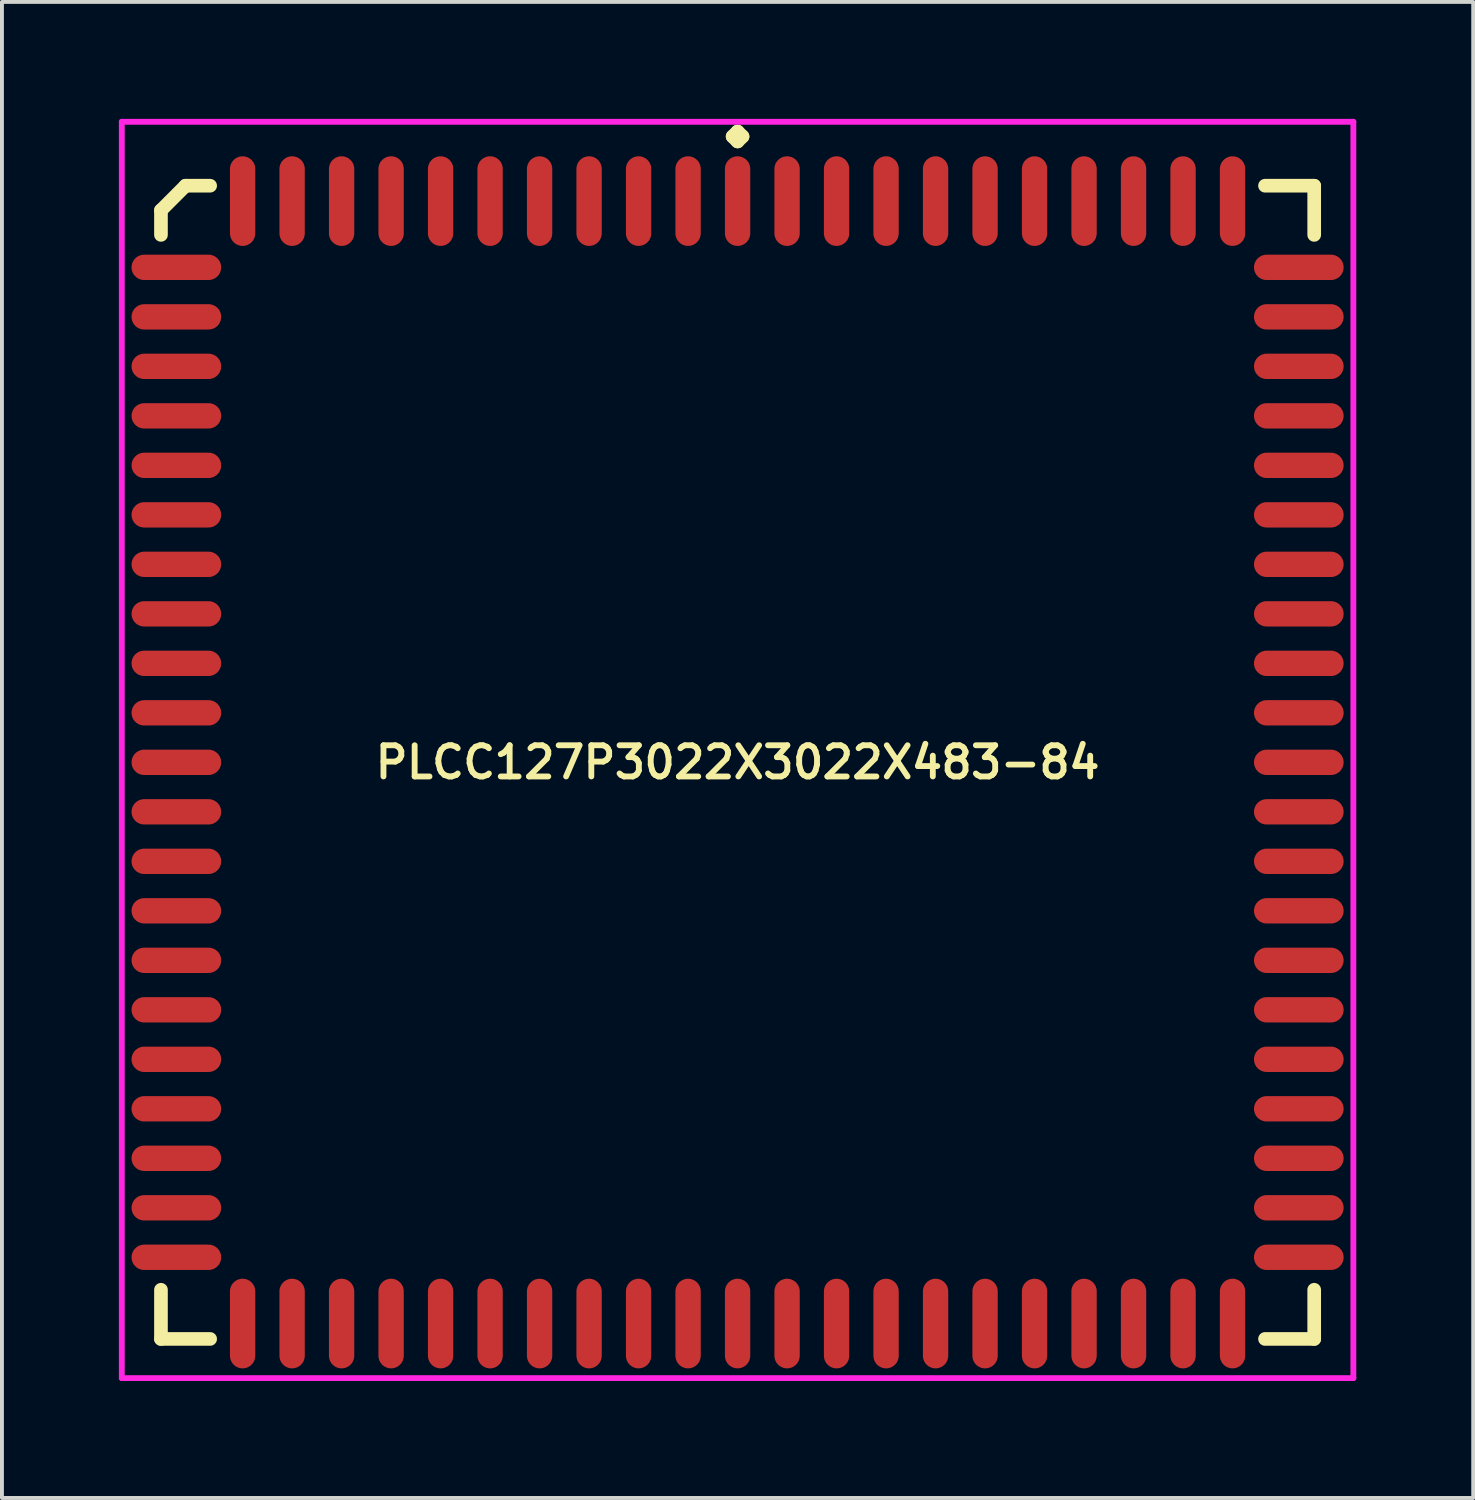
<source format=kicad_pcb>
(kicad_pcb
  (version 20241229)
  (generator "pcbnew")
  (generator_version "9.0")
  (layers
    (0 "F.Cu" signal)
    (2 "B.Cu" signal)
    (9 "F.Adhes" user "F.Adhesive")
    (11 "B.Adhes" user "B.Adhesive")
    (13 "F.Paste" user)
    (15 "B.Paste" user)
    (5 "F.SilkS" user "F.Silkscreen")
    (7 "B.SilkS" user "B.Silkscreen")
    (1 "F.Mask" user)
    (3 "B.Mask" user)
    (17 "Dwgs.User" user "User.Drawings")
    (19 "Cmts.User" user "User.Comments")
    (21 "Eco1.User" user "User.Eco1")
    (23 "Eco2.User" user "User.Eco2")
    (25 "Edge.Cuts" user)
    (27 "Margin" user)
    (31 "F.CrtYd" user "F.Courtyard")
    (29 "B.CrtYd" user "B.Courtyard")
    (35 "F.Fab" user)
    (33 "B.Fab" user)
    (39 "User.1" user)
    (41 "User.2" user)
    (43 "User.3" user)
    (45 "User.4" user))
  (footprint "PLCC127P3022X3022X483-84"
    (layer "F.Cu")
    (at 15.875 16.51)
    (property "Reference" "PLCC127P3022X3022X483-84" (at 0 0 0) (layer "F.SilkS") (effects (font (size 0.8 0.8) (thickness 0.15))))
    (attr smd)
    (fp_line (start -14.795 -14.164) (end -14.164 -14.795) (stroke (width 0.35) (type solid)) (layer "F.SilkS"))
    (fp_line (start -14.795 -13.533) (end -14.795 -14.164) (stroke (width 0.35) (type solid)) (layer "F.SilkS"))
    (fp_line (start -14.795 13.533) (end -14.795 14.795) (stroke (width 0.35) (type solid)) (layer "F.SilkS"))
    (fp_line (start -14.795 14.795) (end -13.533 14.795) (stroke (width 0.35) (type solid)) (layer "F.SilkS"))
    (fp_line (start -14.164 -14.795) (end -13.533 -14.795) (stroke (width 0.35) (type solid)) (layer "F.SilkS"))
    (fp_line (start -0.127 -16.058) (end 0 -16.185) (stroke (width 0.35) (type solid)) (layer "F.SilkS"))
    (fp_line (start 0 -16.185) (end 0.127 -16.058) (stroke (width 0.35) (type solid)) (layer "F.SilkS"))
    (fp_line (start 0 -15.931) (end -0.127 -16.058) (stroke (width 0.35) (type solid)) (layer "F.SilkS"))
    (fp_line (start 0.127 -16.058) (end 0 -15.931) (stroke (width 0.35) (type solid)) (layer "F.SilkS"))
    (fp_line (start 14.795 -14.795) (end 13.533 -14.795) (stroke (width 0.35) (type solid)) (layer "F.SilkS"))
    (fp_line (start 14.795 -13.533) (end 14.795 -14.795) (stroke (width 0.35) (type solid)) (layer "F.SilkS"))
    (fp_line (start 14.795 13.533) (end 14.795 14.795) (stroke (width 0.35) (type solid)) (layer "F.SilkS"))
    (fp_line (start 14.795 14.795) (end 13.533 14.795) (stroke (width 0.35) (type solid)) (layer "F.SilkS"))
    (fp_line (start -15.8 -16.435) (end 15.8 -16.435) (stroke (width 0.15) (type solid)) (layer "F.CrtYd"))
    (fp_line (start -15.8 15.8) (end -15.8 -16.435) (stroke (width 0.15) (type solid)) (layer "F.CrtYd"))
    (fp_line (start 15.8 -16.435) (end 15.8 15.8) (stroke (width 0.15) (type solid)) (layer "F.CrtYd"))
    (fp_line (start 15.8 15.8) (end -15.8 15.8) (stroke (width 0.15) (type solid)) (layer "F.CrtYd"))
    (pad "1" smd oval (at 0 -14.4) (size 0.65 2.3) (layers "F.Cu" "F.Mask" "F.Paste"))
    (pad "2" smd oval (at -1.27 -14.4) (size 0.65 2.3) (layers "F.Cu" "F.Mask" "F.Paste"))
    (pad "3" smd oval (at -2.54 -14.4) (size 0.65 2.3) (layers "F.Cu" "F.Mask" "F.Paste"))
    (pad "4" smd oval (at -3.81 -14.4) (size 0.65 2.3) (layers "F.Cu" "F.Mask" "F.Paste"))
    (pad "5" smd oval (at -5.08 -14.4) (size 0.65 2.3) (layers "F.Cu" "F.Mask" "F.Paste"))
    (pad "6" smd oval (at -6.35 -14.4) (size 0.65 2.3) (layers "F.Cu" "F.Mask" "F.Paste"))
    (pad "7" smd oval (at -7.62 -14.4) (size 0.65 2.3) (layers "F.Cu" "F.Mask" "F.Paste"))
    (pad "8" smd oval (at -8.89 -14.4) (size 0.65 2.3) (layers "F.Cu" "F.Mask" "F.Paste"))
    (pad "9" smd oval (at -10.16 -14.4) (size 0.65 2.3) (layers "F.Cu" "F.Mask" "F.Paste"))
    (pad "10" smd oval (at -11.43 -14.4) (size 0.65 2.3) (layers "F.Cu" "F.Mask" "F.Paste"))
    (pad "11" smd oval (at -12.7 -14.4) (size 0.65 2.3) (layers "F.Cu" "F.Mask" "F.Paste"))
    (pad "12" smd oval (at -14.4 -12.7) (size 2.3 0.65) (layers "F.Cu" "F.Mask" "F.Paste"))
    (pad "13" smd oval (at -14.4 -11.43) (size 2.3 0.65) (layers "F.Cu" "F.Mask" "F.Paste"))
    (pad "14" smd oval (at -14.4 -10.16) (size 2.3 0.65) (layers "F.Cu" "F.Mask" "F.Paste"))
    (pad "15" smd oval (at -14.4 -8.89) (size 2.3 0.65) (layers "F.Cu" "F.Mask" "F.Paste"))
    (pad "16" smd oval (at -14.4 -7.62) (size 2.3 0.65) (layers "F.Cu" "F.Mask" "F.Paste"))
    (pad "17" smd oval (at -14.4 -6.35) (size 2.3 0.65) (layers "F.Cu" "F.Mask" "F.Paste"))
    (pad "18" smd oval (at -14.4 -5.08) (size 2.3 0.65) (layers "F.Cu" "F.Mask" "F.Paste"))
    (pad "19" smd oval (at -14.4 -3.81) (size 2.3 0.65) (layers "F.Cu" "F.Mask" "F.Paste"))
    (pad "20" smd oval (at -14.4 -2.54) (size 2.3 0.65) (layers "F.Cu" "F.Mask" "F.Paste"))
    (pad "21" smd oval (at -14.4 -1.27) (size 2.3 0.65) (layers "F.Cu" "F.Mask" "F.Paste"))
    (pad "22" smd oval (at -14.4 0) (size 2.3 0.65) (layers "F.Cu" "F.Mask" "F.Paste"))
    (pad "23" smd oval (at -14.4 1.27) (size 2.3 0.65) (layers "F.Cu" "F.Mask" "F.Paste"))
    (pad "24" smd oval (at -14.4 2.54) (size 2.3 0.65) (layers "F.Cu" "F.Mask" "F.Paste"))
    (pad "25" smd oval (at -14.4 3.81) (size 2.3 0.65) (layers "F.Cu" "F.Mask" "F.Paste"))
    (pad "26" smd oval (at -14.4 5.08) (size 2.3 0.65) (layers "F.Cu" "F.Mask" "F.Paste"))
    (pad "27" smd oval (at -14.4 6.35) (size 2.3 0.65) (layers "F.Cu" "F.Mask" "F.Paste"))
    (pad "28" smd oval (at -14.4 7.62) (size 2.3 0.65) (layers "F.Cu" "F.Mask" "F.Paste"))
    (pad "29" smd oval (at -14.4 8.89) (size 2.3 0.65) (layers "F.Cu" "F.Mask" "F.Paste"))
    (pad "30" smd oval (at -14.4 10.16) (size 2.3 0.65) (layers "F.Cu" "F.Mask" "F.Paste"))
    (pad "31" smd oval (at -14.4 11.43) (size 2.3 0.65) (layers "F.Cu" "F.Mask" "F.Paste"))
    (pad "32" smd oval (at -14.4 12.7) (size 2.3 0.65) (layers "F.Cu" "F.Mask" "F.Paste"))
    (pad "33" smd oval (at -12.7 14.4) (size 0.65 2.3) (layers "F.Cu" "F.Mask" "F.Paste"))
    (pad "34" smd oval (at -11.43 14.4) (size 0.65 2.3) (layers "F.Cu" "F.Mask" "F.Paste"))
    (pad "35" smd oval (at -10.16 14.4) (size 0.65 2.3) (layers "F.Cu" "F.Mask" "F.Paste"))
    (pad "36" smd oval (at -8.89 14.4) (size 0.65 2.3) (layers "F.Cu" "F.Mask" "F.Paste"))
    (pad "37" smd oval (at -7.62 14.4) (size 0.65 2.3) (layers "F.Cu" "F.Mask" "F.Paste"))
    (pad "38" smd oval (at -6.35 14.4) (size 0.65 2.3) (layers "F.Cu" "F.Mask" "F.Paste"))
    (pad "39" smd oval (at -5.08 14.4) (size 0.65 2.3) (layers "F.Cu" "F.Mask" "F.Paste"))
    (pad "40" smd oval (at -3.81 14.4) (size 0.65 2.3) (layers "F.Cu" "F.Mask" "F.Paste"))
    (pad "41" smd oval (at -2.54 14.4) (size 0.65 2.3) (layers "F.Cu" "F.Mask" "F.Paste"))
    (pad "42" smd oval (at -1.27 14.4) (size 0.65 2.3) (layers "F.Cu" "F.Mask" "F.Paste"))
    (pad "43" smd oval (at 0 14.4) (size 0.65 2.3) (layers "F.Cu" "F.Mask" "F.Paste"))
    (pad "44" smd oval (at 1.27 14.4) (size 0.65 2.3) (layers "F.Cu" "F.Mask" "F.Paste"))
    (pad "45" smd oval (at 2.54 14.4) (size 0.65 2.3) (layers "F.Cu" "F.Mask" "F.Paste"))
    (pad "46" smd oval (at 3.81 14.4) (size 0.65 2.3) (layers "F.Cu" "F.Mask" "F.Paste"))
    (pad "47" smd oval (at 5.08 14.4) (size 0.65 2.3) (layers "F.Cu" "F.Mask" "F.Paste"))
    (pad "48" smd oval (at 6.35 14.4) (size 0.65 2.3) (layers "F.Cu" "F.Mask" "F.Paste"))
    (pad "49" smd oval (at 7.62 14.4) (size 0.65 2.3) (layers "F.Cu" "F.Mask" "F.Paste"))
    (pad "50" smd oval (at 8.89 14.4) (size 0.65 2.3) (layers "F.Cu" "F.Mask" "F.Paste"))
    (pad "51" smd oval (at 10.16 14.4) (size 0.65 2.3) (layers "F.Cu" "F.Mask" "F.Paste"))
    (pad "52" smd oval (at 11.43 14.4) (size 0.65 2.3) (layers "F.Cu" "F.Mask" "F.Paste"))
    (pad "53" smd oval (at 12.7 14.4) (size 0.65 2.3) (layers "F.Cu" "F.Mask" "F.Paste"))
    (pad "54" smd oval (at 14.4 12.7) (size 2.3 0.65) (layers "F.Cu" "F.Mask" "F.Paste"))
    (pad "55" smd oval (at 14.4 11.43) (size 2.3 0.65) (layers "F.Cu" "F.Mask" "F.Paste"))
    (pad "56" smd oval (at 14.4 10.16) (size 2.3 0.65) (layers "F.Cu" "F.Mask" "F.Paste"))
    (pad "57" smd oval (at 14.4 8.89) (size 2.3 0.65) (layers "F.Cu" "F.Mask" "F.Paste"))
    (pad "58" smd oval (at 14.4 7.62) (size 2.3 0.65) (layers "F.Cu" "F.Mask" "F.Paste"))
    (pad "59" smd oval (at 14.4 6.35) (size 2.3 0.65) (layers "F.Cu" "F.Mask" "F.Paste"))
    (pad "60" smd oval (at 14.4 5.08) (size 2.3 0.65) (layers "F.Cu" "F.Mask" "F.Paste"))
    (pad "61" smd oval (at 14.4 3.81) (size 2.3 0.65) (layers "F.Cu" "F.Mask" "F.Paste"))
    (pad "62" smd oval (at 14.4 2.54) (size 2.3 0.65) (layers "F.Cu" "F.Mask" "F.Paste"))
    (pad "63" smd oval (at 14.4 1.27) (size 2.3 0.65) (layers "F.Cu" "F.Mask" "F.Paste"))
    (pad "64" smd oval (at 14.4 0) (size 2.3 0.65) (layers "F.Cu" "F.Mask" "F.Paste"))
    (pad "65" smd oval (at 14.4 -1.27) (size 2.3 0.65) (layers "F.Cu" "F.Mask" "F.Paste"))
    (pad "66" smd oval (at 14.4 -2.54) (size 2.3 0.65) (layers "F.Cu" "F.Mask" "F.Paste"))
    (pad "67" smd oval (at 14.4 -3.81) (size 2.3 0.65) (layers "F.Cu" "F.Mask" "F.Paste"))
    (pad "68" smd oval (at 14.4 -5.08) (size 2.3 0.65) (layers "F.Cu" "F.Mask" "F.Paste"))
    (pad "69" smd oval (at 14.4 -6.35) (size 2.3 0.65) (layers "F.Cu" "F.Mask" "F.Paste"))
    (pad "70" smd oval (at 14.4 -7.62) (size 2.3 0.65) (layers "F.Cu" "F.Mask" "F.Paste"))
    (pad "71" smd oval (at 14.4 -8.89) (size 2.3 0.65) (layers "F.Cu" "F.Mask" "F.Paste"))
    (pad "72" smd oval (at 14.4 -10.16) (size 2.3 0.65) (layers "F.Cu" "F.Mask" "F.Paste"))
    (pad "73" smd oval (at 14.4 -11.43) (size 2.3 0.65) (layers "F.Cu" "F.Mask" "F.Paste"))
    (pad "74" smd oval (at 14.4 -12.7) (size 2.3 0.65) (layers "F.Cu" "F.Mask" "F.Paste"))
    (pad "75" smd oval (at 12.7 -14.4) (size 0.65 2.3) (layers "F.Cu" "F.Mask" "F.Paste"))
    (pad "76" smd oval (at 11.43 -14.4) (size 0.65 2.3) (layers "F.Cu" "F.Mask" "F.Paste"))
    (pad "77" smd oval (at 10.16 -14.4) (size 0.65 2.3) (layers "F.Cu" "F.Mask" "F.Paste"))
    (pad "78" smd oval (at 8.89 -14.4) (size 0.65 2.3) (layers "F.Cu" "F.Mask" "F.Paste"))
    (pad "79" smd oval (at 7.62 -14.4) (size 0.65 2.3) (layers "F.Cu" "F.Mask" "F.Paste"))
    (pad "80" smd oval (at 6.35 -14.4) (size 0.65 2.3) (layers "F.Cu" "F.Mask" "F.Paste"))
    (pad "81" smd oval (at 5.08 -14.4) (size 0.65 2.3) (layers "F.Cu" "F.Mask" "F.Paste"))
    (pad "82" smd oval (at 3.81 -14.4) (size 0.65 2.3) (layers "F.Cu" "F.Mask" "F.Paste"))
    (pad "83" smd oval (at 2.54 -14.4) (size 0.65 2.3) (layers "F.Cu" "F.Mask" "F.Paste"))
    (pad "84" smd oval (at 1.27 -14.4) (size 0.65 2.3) (layers "F.Cu" "F.Mask" "F.Paste")))
  (gr_rect
    (start -3 -3)
    (end 34.75 35.385)
    (stroke (width 0.1) (type default))
    (fill no)
    (layer "Edge.Cuts")))
</source>
